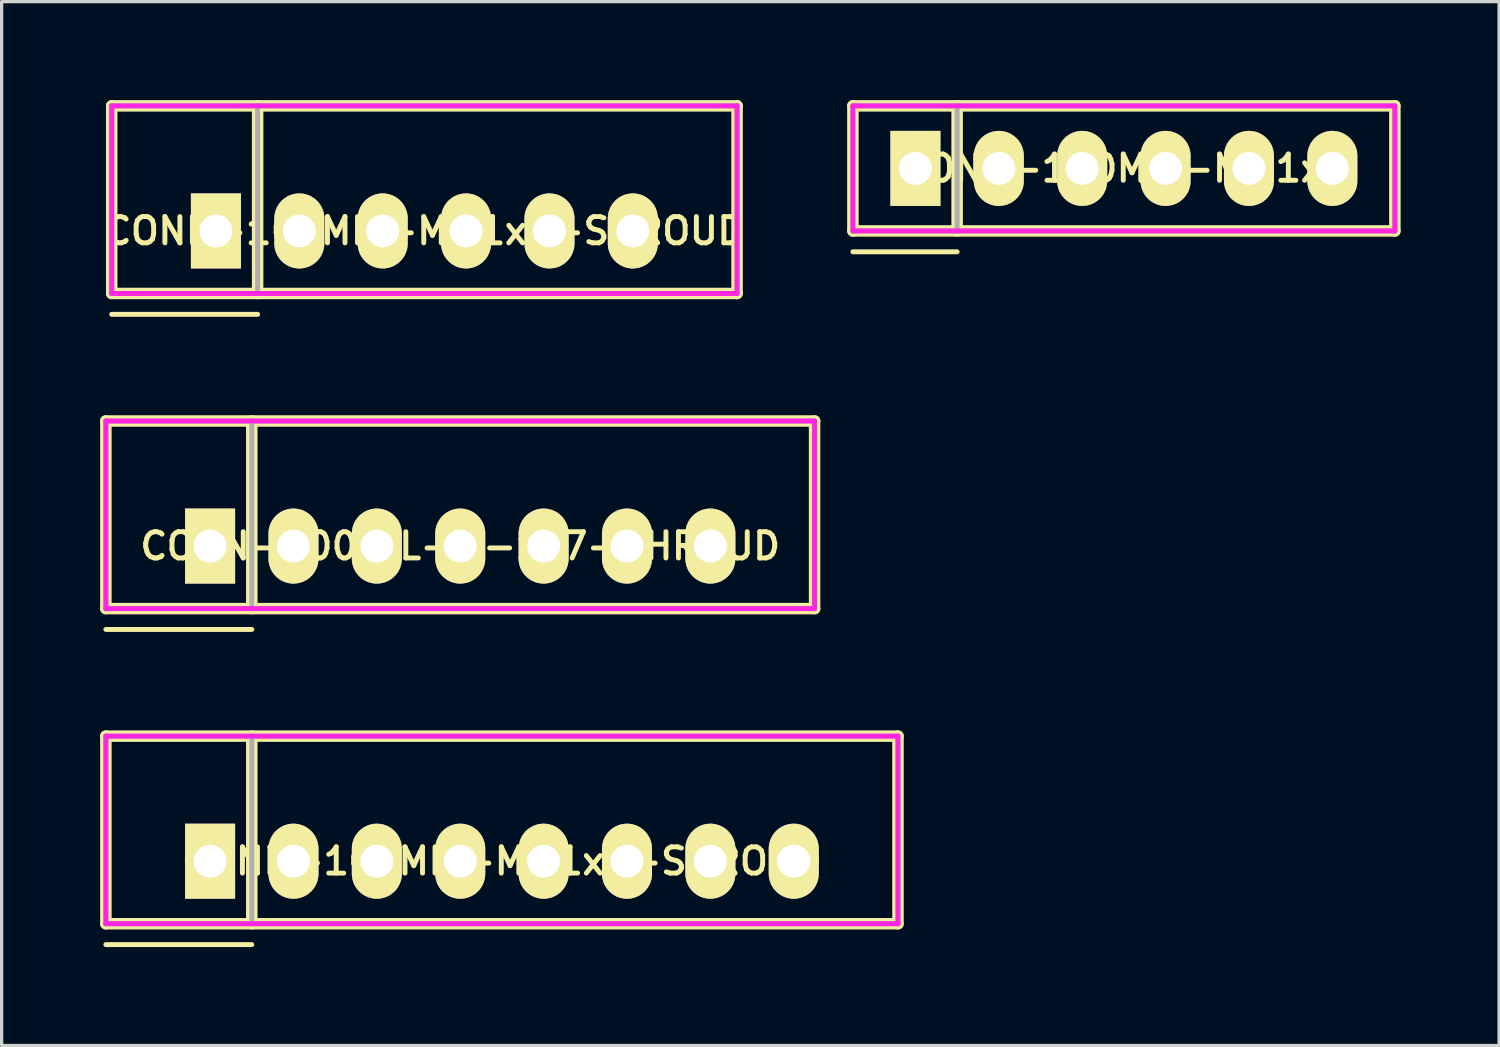
<source format=kicad_pcb>
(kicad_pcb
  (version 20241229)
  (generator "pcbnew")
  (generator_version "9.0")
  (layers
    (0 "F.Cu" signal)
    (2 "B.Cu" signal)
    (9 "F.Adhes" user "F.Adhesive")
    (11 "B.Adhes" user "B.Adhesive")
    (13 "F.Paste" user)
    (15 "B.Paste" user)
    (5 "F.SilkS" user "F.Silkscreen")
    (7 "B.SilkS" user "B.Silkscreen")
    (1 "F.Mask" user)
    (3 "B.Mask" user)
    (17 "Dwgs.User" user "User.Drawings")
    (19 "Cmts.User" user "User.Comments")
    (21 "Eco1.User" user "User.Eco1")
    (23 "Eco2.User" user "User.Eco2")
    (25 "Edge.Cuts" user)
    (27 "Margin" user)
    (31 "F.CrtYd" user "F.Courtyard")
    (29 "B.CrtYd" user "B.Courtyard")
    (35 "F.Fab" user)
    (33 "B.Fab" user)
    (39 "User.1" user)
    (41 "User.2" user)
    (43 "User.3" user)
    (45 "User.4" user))
  (footprint "CONN-100MIL-M-1x6-SHROUD"
    (layer "F.Cu")
    (at 9.878 3.985)
    (property "Reference" "CONN-100MIL-M-1x6-SHROUD" (at 0 0 0) (layer "F.SilkS") (effects (font (size 0.8 0.8) (thickness 0.15))))
    (attr through_hole)
    (fp_line (start -9.525 -3.81) (end 9.525 -3.81) (stroke (width 0.35) (type solid)) (layer "F.SilkS"))
    (fp_line (start -9.525 1.905) (end -9.525 -3.81) (stroke (width 0.35) (type solid)) (layer "F.SilkS"))
    (fp_line (start -9.525 2.54) (end -5.08 2.54) (stroke (width 0.15) (type solid)) (layer "F.SilkS"))
    (fp_line (start -5.08 -3.81) (end -5.08 1.905) (stroke (width 0.35) (type solid)) (layer "F.SilkS"))
    (fp_line (start 9.525 -3.81) (end 9.525 1.905) (stroke (width 0.35) (type solid)) (layer "F.SilkS"))
    (fp_line (start 9.525 1.905) (end -9.525 1.905) (stroke (width 0.35) (type solid)) (layer "F.SilkS"))
    (fp_line (start -9.525 -3.81) (end 9.525 -3.81) (stroke (width 0.15) (type solid)) (layer "F.CrtYd"))
    (fp_line (start -9.525 1.905) (end -9.525 -3.81) (stroke (width 0.15) (type solid)) (layer "F.CrtYd"))
    (fp_line (start 9.525 -3.81) (end 9.525 1.905) (stroke (width 0.15) (type solid)) (layer "F.CrtYd"))
    (fp_line (start 9.525 1.905) (end -9.525 1.905) (stroke (width 0.15) (type solid)) (layer "F.CrtYd"))
    (fp_line (start -9.525 -3.81) (end 9.525 -3.81) (stroke (width 0.15) (type solid)) (layer "F.Fab"))
    (fp_line (start -9.525 1.905) (end -9.525 -3.81) (stroke (width 0.15) (type solid)) (layer "F.Fab"))
    (fp_line (start -5.08 -3.81) (end -5.08 1.905) (stroke (width 0.15) (type solid)) (layer "F.Fab"))
    (fp_line (start 9.525 -3.81) (end 9.525 1.905) (stroke (width 0.15) (type solid)) (layer "F.Fab"))
    (fp_line (start 9.525 1.905) (end -9.525 1.905) (stroke (width 0.15) (type solid)) (layer "F.Fab"))
    (pad "1" thru_hole rect (at -6.35 0) (size 1.524 2.286) (drill 1) (layers "*.Cu" "*.Mask" "F.SilkS"))
    (pad "2" thru_hole oval (at -3.81 0) (size 1.524 2.286) (drill 1) (layers "*.Cu" "*.Mask" "F.SilkS"))
    (pad "3" thru_hole oval (at -1.27 0) (size 1.524 2.286) (drill 1) (layers "*.Cu" "*.Mask" "F.SilkS"))
    (pad "4" thru_hole oval (at 1.27 0) (size 1.524 2.286) (drill 1) (layers "*.Cu" "*.Mask" "F.SilkS"))
    (pad "5" thru_hole oval (at 3.81 0) (size 1.524 2.286) (drill 1) (layers "*.Cu" "*.Mask" "F.SilkS"))
    (pad "6" thru_hole oval (at 6.35 0) (size 1.524 2.286) (drill 1) (layers "*.Cu" "*.Mask" "F.SilkS")))
  (footprint "CONN-100MIL-M-1x6"
    (layer "F.Cu")
    (at 31.187 2.08)
    (property "Reference" "CONN-100MIL-M-1x6" (at 0 0 0) (layer "F.SilkS") (effects (font (size 0.8 0.8) (thickness 0.15))))
    (attr through_hole)
    (fp_line (start -8.255 -1.905) (end 8.255 -1.905) (stroke (width 0.35) (type solid)) (layer "F.SilkS"))
    (fp_line (start -8.255 1.905) (end -8.255 -1.905) (stroke (width 0.35) (type solid)) (layer "F.SilkS"))
    (fp_line (start -8.255 2.54) (end -5.08 2.54) (stroke (width 0.15) (type solid)) (layer "F.SilkS"))
    (fp_line (start -5.08 -1.905) (end -5.08 1.905) (stroke (width 0.35) (type solid)) (layer "F.SilkS"))
    (fp_line (start 8.255 -1.905) (end 8.255 1.905) (stroke (width 0.35) (type solid)) (layer "F.SilkS"))
    (fp_line (start 8.255 1.905) (end -8.255 1.905) (stroke (width 0.35) (type solid)) (layer "F.SilkS"))
    (fp_line (start -8.255 -1.905) (end 8.255 -1.905) (stroke (width 0.15) (type solid)) (layer "F.CrtYd"))
    (fp_line (start -8.255 1.905) (end -8.255 -1.905) (stroke (width 0.15) (type solid)) (layer "F.CrtYd"))
    (fp_line (start 8.255 -1.905) (end 8.255 1.905) (stroke (width 0.15) (type solid)) (layer "F.CrtYd"))
    (fp_line (start 8.255 1.905) (end -8.255 1.905) (stroke (width 0.15) (type solid)) (layer "F.CrtYd"))
    (fp_line (start -8.255 -1.905) (end 8.255 -1.905) (stroke (width 0.15) (type solid)) (layer "F.Fab"))
    (fp_line (start -8.255 1.905) (end -8.255 -1.905) (stroke (width 0.15) (type solid)) (layer "F.Fab"))
    (fp_line (start -5.08 -1.905) (end -5.08 1.905) (stroke (width 0.15) (type solid)) (layer "F.Fab"))
    (fp_line (start 8.255 -1.905) (end 8.255 1.905) (stroke (width 0.15) (type solid)) (layer "F.Fab"))
    (fp_line (start 8.255 1.905) (end -8.255 1.905) (stroke (width 0.15) (type solid)) (layer "F.Fab"))
    (pad "1" thru_hole rect (at -6.35 0) (size 1.524 2.286) (drill 1) (layers "*.Cu" "*.Mask" "F.SilkS"))
    (pad "2" thru_hole oval (at -3.81 0) (size 1.524 2.286) (drill 1) (layers "*.Cu" "*.Mask" "F.SilkS"))
    (pad "3" thru_hole oval (at -1.27 0) (size 1.524 2.286) (drill 1) (layers "*.Cu" "*.Mask" "F.SilkS"))
    (pad "4" thru_hole oval (at 1.27 0) (size 1.524 2.286) (drill 1) (layers "*.Cu" "*.Mask" "F.SilkS"))
    (pad "5" thru_hole oval (at 3.81 0) (size 1.524 2.286) (drill 1) (layers "*.Cu" "*.Mask" "F.SilkS"))
    (pad "6" thru_hole oval (at 6.35 0) (size 1.524 2.286) (drill 1) (layers "*.Cu" "*.Mask" "F.SilkS")))
  (footprint "CONN-100MIL-M-1x7-SHROUD"
    (layer "F.Cu")
    (at 10.97 13.585)
    (property "Reference" "CONN-100MIL-M-1x7-SHROUD" (at 0 0 0) (layer "F.SilkS") (effects (font (size 0.8 0.8) (thickness 0.15))))
    (attr through_hole)
    (fp_line (start -10.795 -3.81) (end 10.795 -3.81) (stroke (width 0.35) (type solid)) (layer "F.SilkS"))
    (fp_line (start -10.795 1.905) (end -10.795 -3.81) (stroke (width 0.35) (type solid)) (layer "F.SilkS"))
    (fp_line (start -10.795 2.54) (end -6.35 2.54) (stroke (width 0.15) (type solid)) (layer "F.SilkS"))
    (fp_line (start -6.35 -3.81) (end -6.35 1.905) (stroke (width 0.35) (type solid)) (layer "F.SilkS"))
    (fp_line (start 10.795 -3.81) (end 10.795 1.905) (stroke (width 0.35) (type solid)) (layer "F.SilkS"))
    (fp_line (start 10.795 1.905) (end -10.795 1.905) (stroke (width 0.35) (type solid)) (layer "F.SilkS"))
    (fp_line (start -10.795 -3.81) (end 10.795 -3.81) (stroke (width 0.15) (type solid)) (layer "F.CrtYd"))
    (fp_line (start -10.795 1.905) (end -10.795 -3.81) (stroke (width 0.15) (type solid)) (layer "F.CrtYd"))
    (fp_line (start 10.795 -3.81) (end 10.795 1.905) (stroke (width 0.15) (type solid)) (layer "F.CrtYd"))
    (fp_line (start 10.795 1.905) (end -10.795 1.905) (stroke (width 0.15) (type solid)) (layer "F.CrtYd"))
    (fp_line (start -10.795 -3.81) (end 10.795 -3.81) (stroke (width 0.15) (type solid)) (layer "F.Fab"))
    (fp_line (start -10.795 1.905) (end -10.795 -3.81) (stroke (width 0.15) (type solid)) (layer "F.Fab"))
    (fp_line (start -6.35 -3.81) (end -6.35 1.905) (stroke (width 0.15) (type solid)) (layer "F.Fab"))
    (fp_line (start 10.795 -3.81) (end 10.795 1.905) (stroke (width 0.15) (type solid)) (layer "F.Fab"))
    (fp_line (start 10.795 1.905) (end -10.795 1.905) (stroke (width 0.15) (type solid)) (layer "F.Fab"))
    (pad "1" thru_hole rect (at -7.62 0) (size 1.524 2.286) (drill 1) (layers "*.Cu" "*.Mask" "F.SilkS"))
    (pad "2" thru_hole oval (at -5.08 0) (size 1.524 2.286) (drill 1) (layers "*.Cu" "*.Mask" "F.SilkS"))
    (pad "3" thru_hole oval (at -2.54 0) (size 1.524 2.286) (drill 1) (layers "*.Cu" "*.Mask" "F.SilkS"))
    (pad "4" thru_hole oval (at 0 0) (size 1.524 2.286) (drill 1) (layers "*.Cu" "*.Mask" "F.SilkS"))
    (pad "5" thru_hole oval (at 2.54 0) (size 1.524 2.286) (drill 1) (layers "*.Cu" "*.Mask" "F.SilkS"))
    (pad "6" thru_hole oval (at 5.08 0) (size 1.524 2.286) (drill 1) (layers "*.Cu" "*.Mask" "F.SilkS"))
    (pad "7" thru_hole oval (at 7.62 0) (size 1.524 2.286) (drill 1) (layers "*.Cu" "*.Mask" "F.SilkS")))
  (footprint "CONN-100MIL-M-1x8-SHROUD"
    (layer "F.Cu")
    (at 12.24 23.185)
    (property "Reference" "CONN-100MIL-M-1x8-SHROUD" (at 0 0 0) (layer "F.SilkS") (effects (font (size 0.8 0.8) (thickness 0.15))))
    (attr through_hole)
    (fp_line (start -12.065 -3.81) (end 12.065 -3.81) (stroke (width 0.35) (type solid)) (layer "F.SilkS"))
    (fp_line (start -12.065 1.905) (end -12.065 -3.81) (stroke (width 0.35) (type solid)) (layer "F.SilkS"))
    (fp_line (start -12.065 2.54) (end -7.62 2.54) (stroke (width 0.15) (type solid)) (layer "F.SilkS"))
    (fp_line (start -7.62 -3.81) (end -7.62 1.905) (stroke (width 0.35) (type solid)) (layer "F.SilkS"))
    (fp_line (start 12.065 -3.81) (end 12.065 1.905) (stroke (width 0.35) (type solid)) (layer "F.SilkS"))
    (fp_line (start 12.065 1.905) (end -12.065 1.905) (stroke (width 0.35) (type solid)) (layer "F.SilkS"))
    (fp_line (start -12.065 -3.81) (end 12.065 -3.81) (stroke (width 0.15) (type solid)) (layer "F.CrtYd"))
    (fp_line (start -12.065 1.905) (end -12.065 -3.81) (stroke (width 0.15) (type solid)) (layer "F.CrtYd"))
    (fp_line (start 12.065 -3.81) (end 12.065 1.905) (stroke (width 0.15) (type solid)) (layer "F.CrtYd"))
    (fp_line (start 12.065 1.905) (end -12.065 1.905) (stroke (width 0.15) (type solid)) (layer "F.CrtYd"))
    (fp_line (start -12.065 -3.81) (end 12.065 -3.81) (stroke (width 0.15) (type solid)) (layer "F.Fab"))
    (fp_line (start -12.065 1.905) (end -12.065 -3.81) (stroke (width 0.15) (type solid)) (layer "F.Fab"))
    (fp_line (start -7.62 -3.81) (end -7.62 1.905) (stroke (width 0.15) (type solid)) (layer "F.Fab"))
    (fp_line (start 12.065 -3.81) (end 12.065 1.905) (stroke (width 0.15) (type solid)) (layer "F.Fab"))
    (fp_line (start 12.065 1.905) (end -12.065 1.905) (stroke (width 0.15) (type solid)) (layer "F.Fab"))
    (pad "1" thru_hole rect (at -8.89 0) (size 1.524 2.286) (drill 1) (layers "*.Cu" "*.Mask" "F.SilkS"))
    (pad "2" thru_hole oval (at -6.35 0) (size 1.524 2.286) (drill 1) (layers "*.Cu" "*.Mask" "F.SilkS"))
    (pad "3" thru_hole oval (at -3.81 0) (size 1.524 2.286) (drill 1) (layers "*.Cu" "*.Mask" "F.SilkS"))
    (pad "4" thru_hole oval (at -1.27 0) (size 1.524 2.286) (drill 1) (layers "*.Cu" "*.Mask" "F.SilkS"))
    (pad "5" thru_hole oval (at 1.27 0) (size 1.524 2.286) (drill 1) (layers "*.Cu" "*.Mask" "F.SilkS"))
    (pad "6" thru_hole oval (at 3.81 0) (size 1.524 2.286) (drill 1) (layers "*.Cu" "*.Mask" "F.SilkS"))
    (pad "7" thru_hole oval (at 6.35 0) (size 1.524 2.286) (drill 1) (layers "*.Cu" "*.Mask" "F.SilkS"))
    (pad "8" thru_hole oval (at 8.89 0) (size 1.524 2.286) (drill 1) (layers "*.Cu" "*.Mask" "F.SilkS")))
  (gr_rect
    (start -3 -3)
    (end 42.617 28.8)
    (stroke (width 0.1) (type default))
    (fill no)
    (layer "Edge.Cuts")))
</source>
